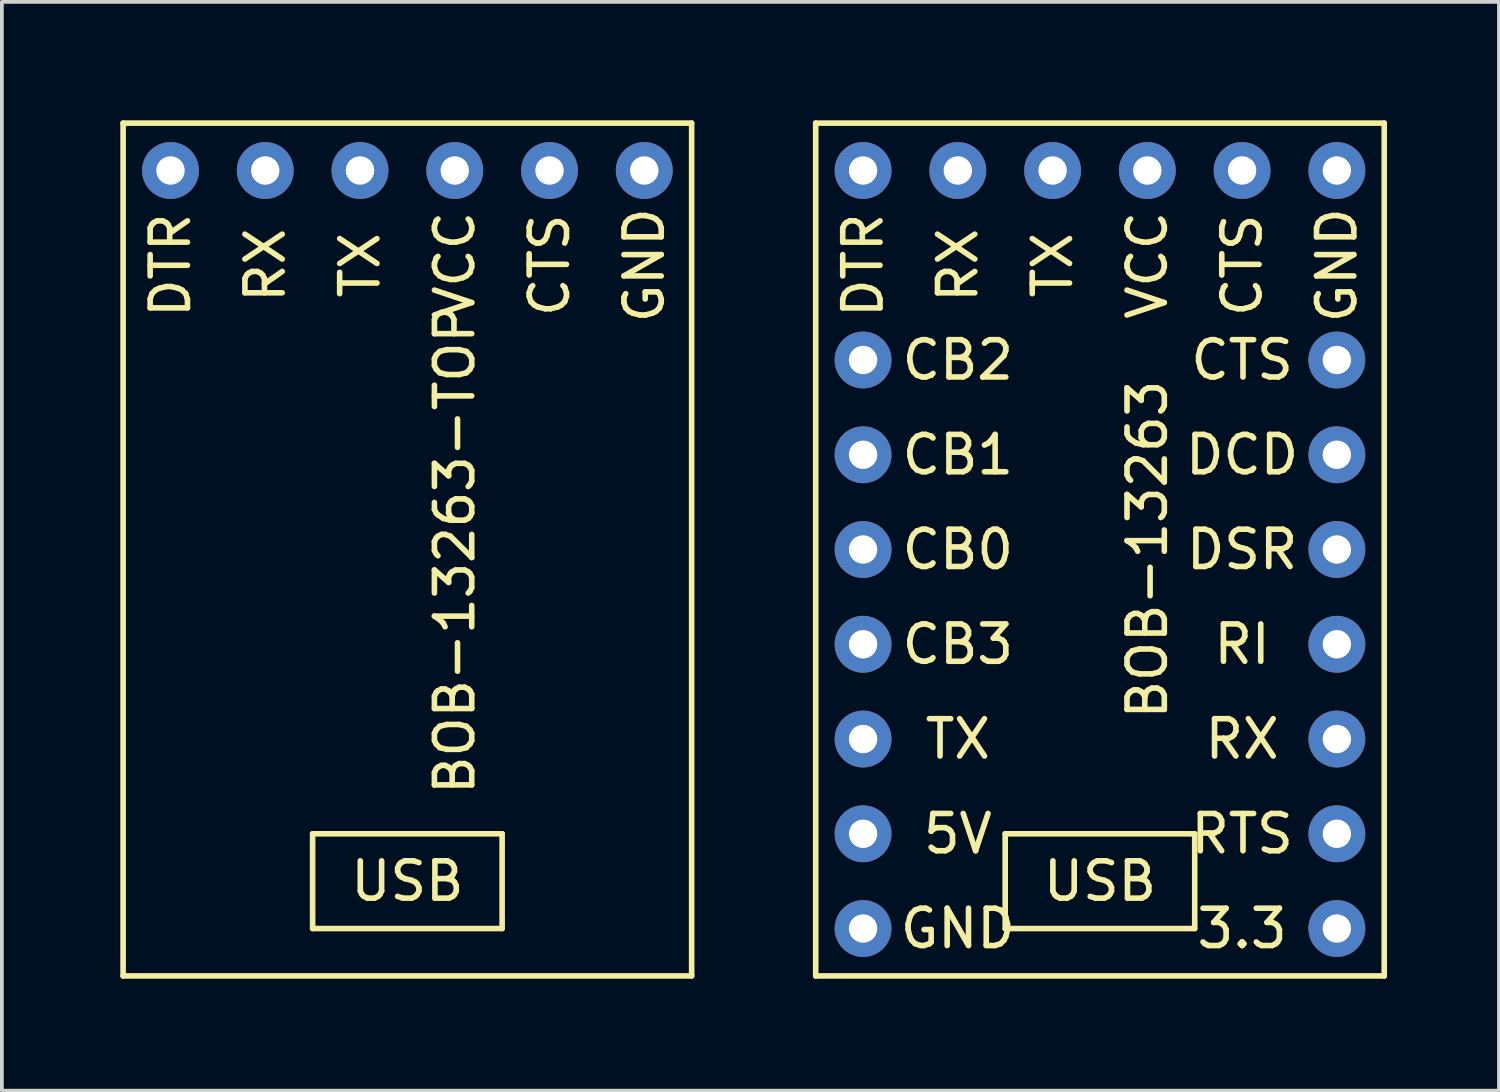
<source format=kicad_pcb>
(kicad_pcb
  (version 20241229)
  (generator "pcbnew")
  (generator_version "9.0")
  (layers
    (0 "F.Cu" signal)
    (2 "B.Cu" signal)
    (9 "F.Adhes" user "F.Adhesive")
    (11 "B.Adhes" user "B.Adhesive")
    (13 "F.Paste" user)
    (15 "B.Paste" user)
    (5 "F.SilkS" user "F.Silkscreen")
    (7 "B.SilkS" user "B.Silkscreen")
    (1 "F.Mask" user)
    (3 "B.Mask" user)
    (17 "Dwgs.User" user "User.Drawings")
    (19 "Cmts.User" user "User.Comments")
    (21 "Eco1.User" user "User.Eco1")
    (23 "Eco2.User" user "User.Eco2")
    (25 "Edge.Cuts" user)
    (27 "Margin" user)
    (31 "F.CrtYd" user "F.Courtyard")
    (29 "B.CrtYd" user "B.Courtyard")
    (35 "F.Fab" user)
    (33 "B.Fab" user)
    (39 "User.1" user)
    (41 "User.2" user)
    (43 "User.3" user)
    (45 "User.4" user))
  (footprint "BOB-13263"
    (layer "F.Cu")
    (at 18.815 0.25)
    (property "Reference" "BOB-13263" (at 8.89 11.43 270) (layer "F.SilkS") (effects (font (size 1 1) (thickness 0.15))))
    (attr through_hole)
    (fp_line (start 0 0) (end 15.24 0) (stroke (width 0.15) (type solid)) (layer "F.SilkS"))
    (fp_line (start 0 22.86) (end 0 0) (stroke (width 0.15) (type solid)) (layer "F.SilkS"))
    (fp_line (start 5.08 19.05) (end 5.08 21.59) (stroke (width 0.15) (type solid)) (layer "F.SilkS"))
    (fp_line (start 5.08 21.59) (end 10.16 21.59) (stroke (width 0.15) (type solid)) (layer "F.SilkS"))
    (fp_line (start 10.16 19.05) (end 5.08 19.05) (stroke (width 0.15) (type solid)) (layer "F.SilkS"))
    (fp_line (start 10.16 21.59) (end 10.16 19.05) (stroke (width 0.15) (type solid)) (layer "F.SilkS"))
    (fp_line (start 15.24 0) (end 15.24 22.86) (stroke (width 0.15) (type solid)) (layer "F.SilkS"))
    (fp_line (start 15.24 22.86) (end 0 22.86) (stroke (width 0.15) (type solid)) (layer "F.SilkS"))
    (fp_text user "CB0" (at 3.81 11.43 0) (layer "F.SilkS") (effects (font (size 1 1) (thickness 0.15))))
    (fp_text user "TX" (at 3.81 16.51 0) (layer "F.SilkS") (effects (font (size 1 1) (thickness 0.15))))
    (fp_text user "CTS" (at 11.43 3.81 90) (layer "F.SilkS") (effects (font (size 1 1) (thickness 0.15))))
    (fp_text user "GND" (at 13.97 3.81 90) (layer "F.SilkS") (effects (font (size 1 1) (thickness 0.15))))
    (fp_text user "CTS" (at 11.43 6.35 0) (layer "F.SilkS") (effects (font (size 1 1) (thickness 0.15))))
    (fp_text user "RTS" (at 11.43 19.05 0) (layer "F.SilkS") (effects (font (size 1 1) (thickness 0.15))))
    (fp_text user "5V" (at 3.81 19.05 0) (layer "F.SilkS") (effects (font (size 1 1) (thickness 0.15))))
    (fp_text user "CB2" (at 3.81 6.35 0) (layer "F.SilkS") (effects (font (size 1 1) (thickness 0.15))))
    (fp_text user "3.3" (at 11.43 21.59 0) (layer "F.SilkS") (effects (font (size 1 1) (thickness 0.15))))
    (fp_text user "VCC" (at 8.89 3.81 90) (layer "F.SilkS") (effects (font (size 1 1) (thickness 0.15))))
    (fp_text user "DCD" (at 11.43 8.89 0) (layer "F.SilkS") (effects (font (size 1 1) (thickness 0.15))))
    (fp_text user "USB" (at 7.62 20.32 0) (layer "F.SilkS") (effects (font (size 1 1) (thickness 0.15))))
    (fp_text user "TX" (at 6.35 3.81 90) (layer "F.SilkS") (effects (font (size 1 1) (thickness 0.15))))
    (fp_text user "RX" (at 11.43 16.51 0) (layer "F.SilkS") (effects (font (size 1 1) (thickness 0.15))))
    (fp_text user "RX" (at 3.81 3.81 90) (layer "F.SilkS") (effects (font (size 1 1) (thickness 0.15))))
    (fp_text user "DTR" (at 1.27 3.81 90) (layer "F.SilkS") (effects (font (size 1 1) (thickness 0.15))))
    (fp_text user "CB3" (at 3.81 13.97 0) (layer "F.SilkS") (effects (font (size 1 1) (thickness 0.15))))
    (fp_text user "GND" (at 3.81 21.59 180) (layer "F.SilkS") (effects (font (size 1 1) (thickness 0.15))))
    (fp_text user "CB1" (at 3.81 8.89 0) (layer "F.SilkS") (effects (font (size 1 1) (thickness 0.15))))
    (fp_text user "RI" (at 11.43 13.97 0) (layer "F.SilkS") (effects (font (size 1 1) (thickness 0.15))))
    (fp_text user "DSR" (at 11.43 11.43 0) (layer "F.SilkS") (effects (font (size 1 1) (thickness 0.15))))
    (pad "1" thru_hole circle (at 1.27 1.27) (size 1.524 1.524) (drill 0.762) (layers "*.Cu" "*.Mask"))
    (pad "2" thru_hole circle (at 3.81 1.27) (size 1.524 1.524) (drill 0.762) (layers "*.Cu" "*.Mask"))
    (pad "3" thru_hole circle (at 6.35 1.27) (size 1.524 1.524) (drill 0.762) (layers "*.Cu" "*.Mask"))
    (pad "4" thru_hole circle (at 8.89 1.27) (size 1.524 1.524) (drill 0.762) (layers "*.Cu" "*.Mask"))
    (pad "5" thru_hole circle (at 11.43 1.27) (size 1.524 1.524) (drill 0.762) (layers "*.Cu" "*.Mask"))
    (pad "6" thru_hole circle (at 13.97 1.27) (size 1.524 1.524) (drill 0.762) (layers "*.Cu" "*.Mask"))
    (pad "7" thru_hole circle (at 1.27 6.35) (size 1.524 1.524) (drill 0.762) (layers "*.Cu" "*.Mask"))
    (pad "8" thru_hole circle (at 1.27 8.89) (size 1.524 1.524) (drill 0.762) (layers "*.Cu" "*.Mask"))
    (pad "9" thru_hole circle (at 1.27 11.43) (size 1.524 1.524) (drill 0.762) (layers "*.Cu" "*.Mask"))
    (pad "10" thru_hole circle (at 1.27 13.97) (size 1.524 1.524) (drill 0.762) (layers "*.Cu" "*.Mask"))
    (pad "11" thru_hole circle (at 1.27 16.51) (size 1.524 1.524) (drill 0.762) (layers "*.Cu" "*.Mask"))
    (pad "12" thru_hole circle (at 1.27 19.05) (size 1.524 1.524) (drill 0.762) (layers "*.Cu" "*.Mask"))
    (pad "13" thru_hole circle (at 1.27 21.59) (size 1.524 1.524) (drill 0.762) (layers "*.Cu" "*.Mask"))
    (pad "14" thru_hole circle (at 13.97 6.35) (size 1.524 1.524) (drill 0.762) (layers "*.Cu" "*.Mask"))
    (pad "15" thru_hole circle (at 13.97 8.89) (size 1.524 1.524) (drill 0.762) (layers "*.Cu" "*.Mask"))
    (pad "16" thru_hole circle (at 13.97 11.43) (size 1.524 1.524) (drill 0.762) (layers "*.Cu" "*.Mask"))
    (pad "17" thru_hole circle (at 13.97 13.97) (size 1.524 1.524) (drill 0.762) (layers "*.Cu" "*.Mask"))
    (pad "18" thru_hole circle (at 13.97 16.51) (size 1.524 1.524) (drill 0.762) (layers "*.Cu" "*.Mask"))
    (pad "19" thru_hole circle (at 13.97 19.05) (size 1.524 1.524) (drill 0.762) (layers "*.Cu" "*.Mask"))
    (pad "20" thru_hole circle (at 13.97 21.59) (size 1.524 1.524) (drill 0.762) (layers "*.Cu" "*.Mask")))
  (footprint "BOB-13263-TOP"
    (layer "F.Cu")
    (at 0.25 0.25)
    (property "Reference" "BOB-13263-TOP" (at 8.89 11.43 270) (layer "F.SilkS") (effects (font (size 1 1) (thickness 0.15))))
    (attr through_hole)
    (fp_line (start 0 0) (end 15.24 0) (stroke (width 0.15) (type solid)) (layer "F.SilkS"))
    (fp_line (start 0 22.86) (end 0 0) (stroke (width 0.15) (type solid)) (layer "F.SilkS"))
    (fp_line (start 5.08 19.05) (end 5.08 21.59) (stroke (width 0.15) (type solid)) (layer "F.SilkS"))
    (fp_line (start 5.08 21.59) (end 10.16 21.59) (stroke (width 0.15) (type solid)) (layer "F.SilkS"))
    (fp_line (start 10.16 19.05) (end 5.08 19.05) (stroke (width 0.15) (type solid)) (layer "F.SilkS"))
    (fp_line (start 10.16 21.59) (end 10.16 19.05) (stroke (width 0.15) (type solid)) (layer "F.SilkS"))
    (fp_line (start 15.24 0) (end 15.24 22.86) (stroke (width 0.15) (type solid)) (layer "F.SilkS"))
    (fp_line (start 15.24 22.86) (end 0 22.86) (stroke (width 0.15) (type solid)) (layer "F.SilkS"))
    (fp_text user "USB" (at 7.62 20.32 0) (layer "F.SilkS") (effects (font (size 1 1) (thickness 0.15))))
    (fp_text user "TX" (at 6.35 3.81 90) (layer "F.SilkS") (effects (font (size 1 1) (thickness 0.15))))
    (fp_text user "RX" (at 3.81 3.81 90) (layer "F.SilkS") (effects (font (size 1 1) (thickness 0.15))))
    (fp_text user "DTR" (at 1.27 3.81 90) (layer "F.SilkS") (effects (font (size 1 1) (thickness 0.15))))
    (fp_text user "GND" (at 13.97 3.81 90) (layer "F.SilkS") (effects (font (size 1 1) (thickness 0.15))))
    (fp_text user "VCC" (at 8.89 3.81 90) (layer "F.SilkS") (effects (font (size 1 1) (thickness 0.15))))
    (fp_text user "CTS" (at 11.43 3.81 90) (layer "F.SilkS") (effects (font (size 1 1) (thickness 0.15))))
    (pad "1" thru_hole circle (at 1.27 1.27) (size 1.524 1.524) (drill 0.762) (layers "*.Cu" "*.Mask"))
    (pad "2" thru_hole circle (at 3.81 1.27) (size 1.524 1.524) (drill 0.762) (layers "*.Cu" "*.Mask"))
    (pad "3" thru_hole circle (at 6.35 1.27) (size 1.524 1.524) (drill 0.762) (layers "*.Cu" "*.Mask"))
    (pad "4" thru_hole circle (at 8.89 1.27) (size 1.524 1.524) (drill 0.762) (layers "*.Cu" "*.Mask"))
    (pad "5" thru_hole circle (at 11.43 1.27) (size 1.524 1.524) (drill 0.762) (layers "*.Cu" "*.Mask"))
    (pad "6" thru_hole circle (at 13.97 1.27) (size 1.524 1.524) (drill 0.762) (layers "*.Cu" "*.Mask")))
  (gr_rect
    (start -3 -3)
    (end 37.13 26.185)
    (stroke (width 0.1) (type default))
    (fill no)
    (layer "Edge.Cuts")))
</source>
